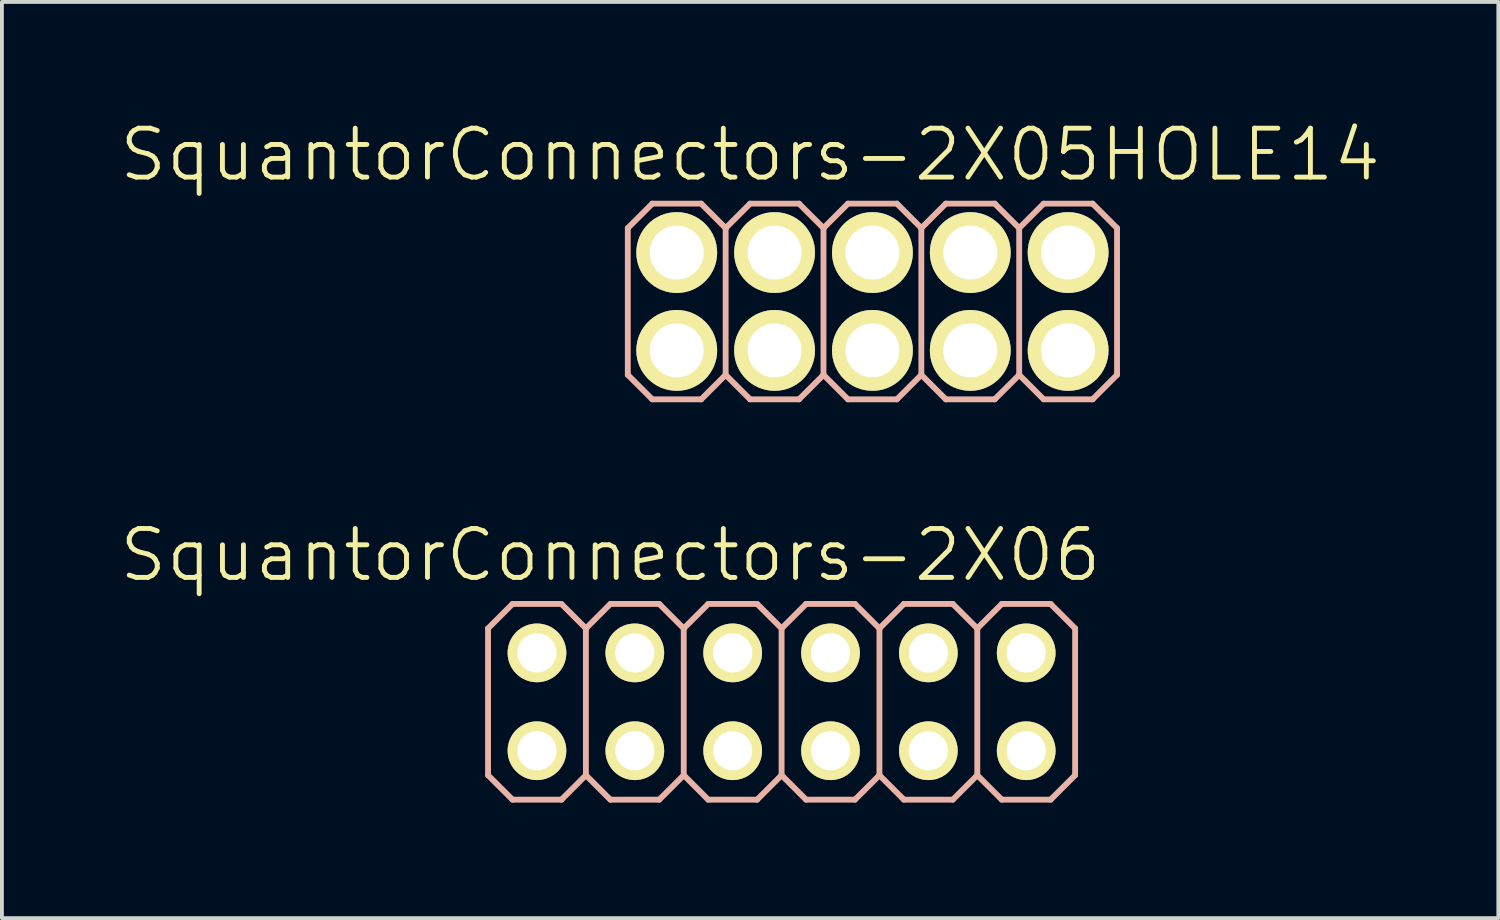
<source format=kicad_pcb>
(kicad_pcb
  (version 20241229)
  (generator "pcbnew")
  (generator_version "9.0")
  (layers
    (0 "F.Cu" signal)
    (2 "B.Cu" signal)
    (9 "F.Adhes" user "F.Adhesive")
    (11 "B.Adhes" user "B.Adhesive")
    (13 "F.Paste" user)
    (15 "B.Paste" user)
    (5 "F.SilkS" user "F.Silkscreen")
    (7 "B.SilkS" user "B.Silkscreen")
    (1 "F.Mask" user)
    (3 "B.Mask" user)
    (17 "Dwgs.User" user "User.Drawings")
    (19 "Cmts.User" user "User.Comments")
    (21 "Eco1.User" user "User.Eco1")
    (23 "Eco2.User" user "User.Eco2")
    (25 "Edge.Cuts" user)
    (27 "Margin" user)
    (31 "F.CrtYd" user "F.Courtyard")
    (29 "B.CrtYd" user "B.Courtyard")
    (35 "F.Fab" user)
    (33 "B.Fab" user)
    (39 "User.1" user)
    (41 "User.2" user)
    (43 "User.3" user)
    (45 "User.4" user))
  (footprint "SquantorConnectors-2X05HOLE14"
    (layer "F.Cu")
    (at 19.597 4.776)
    (property "Reference" "SquantorConnectors-2X05HOLE14" (at -3.175 -3.81 0) (layer "F.SilkS") (effects (font (size 1.27 1.27) (thickness 0.127))))
    (attr exclude_from_pos_files exclude_from_bom)
    (fp_line (start -5.334 -1.524) (end -4.826 -1.524) (stroke (width 0.066) (type solid)) (layer "F.SilkS"))
    (fp_line (start -5.334 -1.016) (end -5.334 -1.524) (stroke (width 0.066) (type solid)) (layer "F.SilkS"))
    (fp_line (start -5.334 -1.016) (end -4.826 -1.016) (stroke (width 0.066) (type solid)) (layer "F.SilkS"))
    (fp_line (start -5.334 1.016) (end -4.826 1.016) (stroke (width 0.066) (type solid)) (layer "F.SilkS"))
    (fp_line (start -5.334 1.524) (end -5.334 1.016) (stroke (width 0.066) (type solid)) (layer "F.SilkS"))
    (fp_line (start -5.334 1.524) (end -4.826 1.524) (stroke (width 0.066) (type solid)) (layer "F.SilkS"))
    (fp_line (start -4.826 -1.016) (end -4.826 -1.524) (stroke (width 0.066) (type solid)) (layer "F.SilkS"))
    (fp_line (start -4.826 1.524) (end -4.826 1.016) (stroke (width 0.066) (type solid)) (layer "F.SilkS"))
    (fp_line (start -2.794 -1.524) (end -2.286 -1.524) (stroke (width 0.066) (type solid)) (layer "F.SilkS"))
    (fp_line (start -2.794 -1.016) (end -2.794 -1.524) (stroke (width 0.066) (type solid)) (layer "F.SilkS"))
    (fp_line (start -2.794 -1.016) (end -2.286 -1.016) (stroke (width 0.066) (type solid)) (layer "F.SilkS"))
    (fp_line (start -2.794 1.016) (end -2.286 1.016) (stroke (width 0.066) (type solid)) (layer "F.SilkS"))
    (fp_line (start -2.794 1.524) (end -2.794 1.016) (stroke (width 0.066) (type solid)) (layer "F.SilkS"))
    (fp_line (start -2.794 1.524) (end -2.286 1.524) (stroke (width 0.066) (type solid)) (layer "F.SilkS"))
    (fp_line (start -2.286 -1.016) (end -2.286 -1.524) (stroke (width 0.066) (type solid)) (layer "F.SilkS"))
    (fp_line (start -2.286 1.524) (end -2.286 1.016) (stroke (width 0.066) (type solid)) (layer "F.SilkS"))
    (fp_line (start -0.254 -1.524) (end 0.254 -1.524) (stroke (width 0.066) (type solid)) (layer "F.SilkS"))
    (fp_line (start -0.254 -1.016) (end -0.254 -1.524) (stroke (width 0.066) (type solid)) (layer "F.SilkS"))
    (fp_line (start -0.254 -1.016) (end 0.254 -1.016) (stroke (width 0.066) (type solid)) (layer "F.SilkS"))
    (fp_line (start -0.254 1.016) (end 0.254 1.016) (stroke (width 0.066) (type solid)) (layer "F.SilkS"))
    (fp_line (start -0.254 1.524) (end -0.254 1.016) (stroke (width 0.066) (type solid)) (layer "F.SilkS"))
    (fp_line (start -0.254 1.524) (end 0.254 1.524) (stroke (width 0.066) (type solid)) (layer "F.SilkS"))
    (fp_line (start 0.254 -1.016) (end 0.254 -1.524) (stroke (width 0.066) (type solid)) (layer "F.SilkS"))
    (fp_line (start 0.254 1.524) (end 0.254 1.016) (stroke (width 0.066) (type solid)) (layer "F.SilkS"))
    (fp_line (start 2.286 -1.524) (end 2.794 -1.524) (stroke (width 0.066) (type solid)) (layer "F.SilkS"))
    (fp_line (start 2.286 -1.016) (end 2.286 -1.524) (stroke (width 0.066) (type solid)) (layer "F.SilkS"))
    (fp_line (start 2.286 -1.016) (end 2.794 -1.016) (stroke (width 0.066) (type solid)) (layer "F.SilkS"))
    (fp_line (start 2.286 1.016) (end 2.794 1.016) (stroke (width 0.066) (type solid)) (layer "F.SilkS"))
    (fp_line (start 2.286 1.524) (end 2.286 1.016) (stroke (width 0.066) (type solid)) (layer "F.SilkS"))
    (fp_line (start 2.286 1.524) (end 2.794 1.524) (stroke (width 0.066) (type solid)) (layer "F.SilkS"))
    (fp_line (start 2.794 -1.016) (end 2.794 -1.524) (stroke (width 0.066) (type solid)) (layer "F.SilkS"))
    (fp_line (start 2.794 1.524) (end 2.794 1.016) (stroke (width 0.066) (type solid)) (layer "F.SilkS"))
    (fp_line (start 4.826 -1.524) (end 5.334 -1.524) (stroke (width 0.066) (type solid)) (layer "F.SilkS"))
    (fp_line (start 4.826 -1.016) (end 4.826 -1.524) (stroke (width 0.066) (type solid)) (layer "F.SilkS"))
    (fp_line (start 4.826 -1.016) (end 5.334 -1.016) (stroke (width 0.066) (type solid)) (layer "F.SilkS"))
    (fp_line (start 4.826 1.016) (end 5.334 1.016) (stroke (width 0.066) (type solid)) (layer "F.SilkS"))
    (fp_line (start 4.826 1.524) (end 4.826 1.016) (stroke (width 0.066) (type solid)) (layer "F.SilkS"))
    (fp_line (start 4.826 1.524) (end 5.334 1.524) (stroke (width 0.066) (type solid)) (layer "F.SilkS"))
    (fp_line (start 5.334 -1.016) (end 5.334 -1.524) (stroke (width 0.066) (type solid)) (layer "F.SilkS"))
    (fp_line (start 5.334 1.524) (end 5.334 1.016) (stroke (width 0.066) (type solid)) (layer "F.SilkS"))
    (fp_line (start -6.35 -1.905) (end -5.715 -2.54) (stroke (width 0.152) (type solid)) (layer "B.SilkS"))
    (fp_line (start -6.35 1.905) (end -6.35 -1.905) (stroke (width 0.152) (type solid)) (layer "B.SilkS"))
    (fp_line (start -6.35 1.905) (end -5.715 2.54) (stroke (width 0.152) (type solid)) (layer "B.SilkS"))
    (fp_line (start -5.715 -2.54) (end -4.445 -2.54) (stroke (width 0.152) (type solid)) (layer "B.SilkS"))
    (fp_line (start -5.715 2.54) (end -4.445 2.54) (stroke (width 0.152) (type solid)) (layer "B.SilkS"))
    (fp_line (start -4.445 -2.54) (end -3.81 -1.905) (stroke (width 0.152) (type solid)) (layer "B.SilkS"))
    (fp_line (start -4.445 2.54) (end -3.81 1.905) (stroke (width 0.152) (type solid)) (layer "B.SilkS"))
    (fp_line (start -3.81 -1.905) (end -3.81 1.905) (stroke (width 0.152) (type solid)) (layer "B.SilkS"))
    (fp_line (start -3.81 -1.905) (end -3.175 -2.54) (stroke (width 0.152) (type solid)) (layer "B.SilkS"))
    (fp_line (start -3.81 1.905) (end -3.175 2.54) (stroke (width 0.152) (type solid)) (layer "B.SilkS"))
    (fp_line (start -3.175 -2.54) (end -1.905 -2.54) (stroke (width 0.152) (type solid)) (layer "B.SilkS"))
    (fp_line (start -3.175 2.54) (end -1.905 2.54) (stroke (width 0.152) (type solid)) (layer "B.SilkS"))
    (fp_line (start -1.905 -2.54) (end -1.27 -1.905) (stroke (width 0.152) (type solid)) (layer "B.SilkS"))
    (fp_line (start -1.905 2.54) (end -1.27 1.905) (stroke (width 0.152) (type solid)) (layer "B.SilkS"))
    (fp_line (start -1.27 -1.905) (end -1.27 1.905) (stroke (width 0.152) (type solid)) (layer "B.SilkS"))
    (fp_line (start -1.27 -1.905) (end -0.635 -2.54) (stroke (width 0.152) (type solid)) (layer "B.SilkS"))
    (fp_line (start -1.27 1.905) (end -0.635 2.54) (stroke (width 0.152) (type solid)) (layer "B.SilkS"))
    (fp_line (start -0.635 -2.54) (end 0.635 -2.54) (stroke (width 0.152) (type solid)) (layer "B.SilkS"))
    (fp_line (start -0.635 2.54) (end 0.635 2.54) (stroke (width 0.152) (type solid)) (layer "B.SilkS"))
    (fp_line (start 0.635 -2.54) (end 1.27 -1.905) (stroke (width 0.152) (type solid)) (layer "B.SilkS"))
    (fp_line (start 0.635 2.54) (end 1.27 1.905) (stroke (width 0.152) (type solid)) (layer "B.SilkS"))
    (fp_line (start 1.27 -1.905) (end 1.27 1.905) (stroke (width 0.152) (type solid)) (layer "B.SilkS"))
    (fp_line (start 1.27 -1.905) (end 1.905 -2.54) (stroke (width 0.152) (type solid)) (layer "B.SilkS"))
    (fp_line (start 1.27 1.905) (end 1.905 2.54) (stroke (width 0.152) (type solid)) (layer "B.SilkS"))
    (fp_line (start 1.905 -2.54) (end 3.175 -2.54) (stroke (width 0.152) (type solid)) (layer "B.SilkS"))
    (fp_line (start 1.905 2.54) (end 3.175 2.54) (stroke (width 0.152) (type solid)) (layer "B.SilkS"))
    (fp_line (start 3.175 -2.54) (end 3.81 -1.905) (stroke (width 0.152) (type solid)) (layer "B.SilkS"))
    (fp_line (start 3.175 2.54) (end 3.81 1.905) (stroke (width 0.152) (type solid)) (layer "B.SilkS"))
    (fp_line (start 3.81 -1.905) (end 3.81 1.905) (stroke (width 0.152) (type solid)) (layer "B.SilkS"))
    (fp_line (start 3.81 -1.905) (end 4.445 -2.54) (stroke (width 0.152) (type solid)) (layer "B.SilkS"))
    (fp_line (start 3.81 1.905) (end 4.445 2.54) (stroke (width 0.152) (type solid)) (layer "B.SilkS"))
    (fp_line (start 4.445 -2.54) (end 5.715 -2.54) (stroke (width 0.152) (type solid)) (layer "B.SilkS"))
    (fp_line (start 4.445 2.54) (end 5.715 2.54) (stroke (width 0.152) (type solid)) (layer "B.SilkS"))
    (fp_line (start 5.715 -2.54) (end 6.35 -1.905) (stroke (width 0.152) (type solid)) (layer "B.SilkS"))
    (fp_line (start 5.715 2.54) (end 6.35 1.905) (stroke (width 0.152) (type solid)) (layer "B.SilkS"))
    (fp_line (start 6.35 -1.905) (end 6.35 1.905) (stroke (width 0.152) (type solid)) (layer "B.SilkS"))
    (pad "1" thru_hole circle (at -5.08 1.27) (size 2.098 2.098) (drill 1.4) (layers "*.Cu" "F.Mask" "F.SilkS" "F.Paste"))
    (pad "2" thru_hole circle (at -5.08 -1.27) (size 2.098 2.098) (drill 1.4) (layers "*.Cu" "F.Mask" "F.SilkS" "F.Paste"))
    (pad "3" thru_hole circle (at -2.54 1.27) (size 2.098 2.098) (drill 1.4) (layers "*.Cu" "F.Mask" "F.SilkS" "F.Paste"))
    (pad "4" thru_hole circle (at -2.54 -1.27) (size 2.098 2.098) (drill 1.4) (layers "*.Cu" "F.Mask" "F.SilkS" "F.Paste"))
    (pad "5" thru_hole circle (at 0 1.27) (size 2.098 2.098) (drill 1.4) (layers "*.Cu" "F.Mask" "F.SilkS" "F.Paste"))
    (pad "6" thru_hole circle (at 0 -1.27) (size 2.098 2.098) (drill 1.4) (layers "*.Cu" "F.Mask" "F.SilkS" "F.Paste"))
    (pad "7" thru_hole circle (at 2.54 1.27) (size 2.098 2.098) (drill 1.4) (layers "*.Cu" "F.Mask" "F.SilkS" "F.Paste"))
    (pad "8" thru_hole circle (at 2.54 -1.27) (size 2.098 2.098) (drill 1.4) (layers "*.Cu" "F.Mask" "F.SilkS" "F.Paste"))
    (pad "9" thru_hole circle (at 5.08 1.27) (size 2.098 2.098) (drill 1.4) (layers "*.Cu" "F.Mask" "F.SilkS" "F.Paste"))
    (pad "10" thru_hole circle (at 5.08 -1.27) (size 2.098 2.098) (drill 1.4) (layers "*.Cu" "F.Mask" "F.SilkS" "F.Paste")))
  (footprint "SquantorConnectors-2X06"
    (layer "F.Cu")
    (at 17.239 15.168)
    (property "Reference" "SquantorConnectors-2X06" (at -4.445 -3.81 0) (layer "F.SilkS") (effects (font (size 1.27 1.27) (thickness 0.127))))
    (attr exclude_from_pos_files exclude_from_bom)
    (fp_line (start -6.604 -1.524) (end -6.096 -1.524) (stroke (width 0.066) (type solid)) (layer "F.SilkS"))
    (fp_line (start -6.604 -1.016) (end -6.604 -1.524) (stroke (width 0.066) (type solid)) (layer "F.SilkS"))
    (fp_line (start -6.604 -1.016) (end -6.096 -1.016) (stroke (width 0.066) (type solid)) (layer "F.SilkS"))
    (fp_line (start -6.604 1.016) (end -6.096 1.016) (stroke (width 0.066) (type solid)) (layer "F.SilkS"))
    (fp_line (start -6.604 1.524) (end -6.604 1.016) (stroke (width 0.066) (type solid)) (layer "F.SilkS"))
    (fp_line (start -6.604 1.524) (end -6.096 1.524) (stroke (width 0.066) (type solid)) (layer "F.SilkS"))
    (fp_line (start -6.096 -1.016) (end -6.096 -1.524) (stroke (width 0.066) (type solid)) (layer "F.SilkS"))
    (fp_line (start -6.096 1.524) (end -6.096 1.016) (stroke (width 0.066) (type solid)) (layer "F.SilkS"))
    (fp_line (start -4.064 -1.524) (end -3.556 -1.524) (stroke (width 0.066) (type solid)) (layer "F.SilkS"))
    (fp_line (start -4.064 -1.016) (end -4.064 -1.524) (stroke (width 0.066) (type solid)) (layer "F.SilkS"))
    (fp_line (start -4.064 -1.016) (end -3.556 -1.016) (stroke (width 0.066) (type solid)) (layer "F.SilkS"))
    (fp_line (start -4.064 1.016) (end -3.556 1.016) (stroke (width 0.066) (type solid)) (layer "F.SilkS"))
    (fp_line (start -4.064 1.524) (end -4.064 1.016) (stroke (width 0.066) (type solid)) (layer "F.SilkS"))
    (fp_line (start -4.064 1.524) (end -3.556 1.524) (stroke (width 0.066) (type solid)) (layer "F.SilkS"))
    (fp_line (start -3.556 -1.016) (end -3.556 -1.524) (stroke (width 0.066) (type solid)) (layer "F.SilkS"))
    (fp_line (start -3.556 1.524) (end -3.556 1.016) (stroke (width 0.066) (type solid)) (layer "F.SilkS"))
    (fp_line (start -1.524 -1.524) (end -1.016 -1.524) (stroke (width 0.066) (type solid)) (layer "F.SilkS"))
    (fp_line (start -1.524 -1.016) (end -1.524 -1.524) (stroke (width 0.066) (type solid)) (layer "F.SilkS"))
    (fp_line (start -1.524 -1.016) (end -1.016 -1.016) (stroke (width 0.066) (type solid)) (layer "F.SilkS"))
    (fp_line (start -1.524 1.016) (end -1.016 1.016) (stroke (width 0.066) (type solid)) (layer "F.SilkS"))
    (fp_line (start -1.524 1.524) (end -1.524 1.016) (stroke (width 0.066) (type solid)) (layer "F.SilkS"))
    (fp_line (start -1.524 1.524) (end -1.016 1.524) (stroke (width 0.066) (type solid)) (layer "F.SilkS"))
    (fp_line (start -1.016 -1.016) (end -1.016 -1.524) (stroke (width 0.066) (type solid)) (layer "F.SilkS"))
    (fp_line (start -1.016 1.524) (end -1.016 1.016) (stroke (width 0.066) (type solid)) (layer "F.SilkS"))
    (fp_line (start 1.016 -1.524) (end 1.524 -1.524) (stroke (width 0.066) (type solid)) (layer "F.SilkS"))
    (fp_line (start 1.016 -1.016) (end 1.016 -1.524) (stroke (width 0.066) (type solid)) (layer "F.SilkS"))
    (fp_line (start 1.016 -1.016) (end 1.524 -1.016) (stroke (width 0.066) (type solid)) (layer "F.SilkS"))
    (fp_line (start 1.016 1.016) (end 1.524 1.016) (stroke (width 0.066) (type solid)) (layer "F.SilkS"))
    (fp_line (start 1.016 1.524) (end 1.016 1.016) (stroke (width 0.066) (type solid)) (layer "F.SilkS"))
    (fp_line (start 1.016 1.524) (end 1.524 1.524) (stroke (width 0.066) (type solid)) (layer "F.SilkS"))
    (fp_line (start 1.524 -1.016) (end 1.524 -1.524) (stroke (width 0.066) (type solid)) (layer "F.SilkS"))
    (fp_line (start 1.524 1.524) (end 1.524 1.016) (stroke (width 0.066) (type solid)) (layer "F.SilkS"))
    (fp_line (start 3.556 -1.524) (end 4.064 -1.524) (stroke (width 0.066) (type solid)) (layer "F.SilkS"))
    (fp_line (start 3.556 -1.016) (end 3.556 -1.524) (stroke (width 0.066) (type solid)) (layer "F.SilkS"))
    (fp_line (start 3.556 -1.016) (end 4.064 -1.016) (stroke (width 0.066) (type solid)) (layer "F.SilkS"))
    (fp_line (start 3.556 1.016) (end 4.064 1.016) (stroke (width 0.066) (type solid)) (layer "F.SilkS"))
    (fp_line (start 3.556 1.524) (end 3.556 1.016) (stroke (width 0.066) (type solid)) (layer "F.SilkS"))
    (fp_line (start 3.556 1.524) (end 4.064 1.524) (stroke (width 0.066) (type solid)) (layer "F.SilkS"))
    (fp_line (start 4.064 -1.016) (end 4.064 -1.524) (stroke (width 0.066) (type solid)) (layer "F.SilkS"))
    (fp_line (start 4.064 1.524) (end 4.064 1.016) (stroke (width 0.066) (type solid)) (layer "F.SilkS"))
    (fp_line (start 6.096 -1.524) (end 6.604 -1.524) (stroke (width 0.066) (type solid)) (layer "F.SilkS"))
    (fp_line (start 6.096 -1.016) (end 6.096 -1.524) (stroke (width 0.066) (type solid)) (layer "F.SilkS"))
    (fp_line (start 6.096 -1.016) (end 6.604 -1.016) (stroke (width 0.066) (type solid)) (layer "F.SilkS"))
    (fp_line (start 6.096 1.016) (end 6.604 1.016) (stroke (width 0.066) (type solid)) (layer "F.SilkS"))
    (fp_line (start 6.096 1.524) (end 6.096 1.016) (stroke (width 0.066) (type solid)) (layer "F.SilkS"))
    (fp_line (start 6.096 1.524) (end 6.604 1.524) (stroke (width 0.066) (type solid)) (layer "F.SilkS"))
    (fp_line (start 6.604 -1.016) (end 6.604 -1.524) (stroke (width 0.066) (type solid)) (layer "F.SilkS"))
    (fp_line (start 6.604 1.524) (end 6.604 1.016) (stroke (width 0.066) (type solid)) (layer "F.SilkS"))
    (fp_line (start -7.62 -1.905) (end -6.985 -2.54) (stroke (width 0.152) (type solid)) (layer "B.SilkS"))
    (fp_line (start -7.62 1.905) (end -7.62 -1.905) (stroke (width 0.152) (type solid)) (layer "B.SilkS"))
    (fp_line (start -7.62 1.905) (end -6.985 2.54) (stroke (width 0.152) (type solid)) (layer "B.SilkS"))
    (fp_line (start -6.985 -2.54) (end -5.715 -2.54) (stroke (width 0.152) (type solid)) (layer "B.SilkS"))
    (fp_line (start -6.985 2.54) (end -5.715 2.54) (stroke (width 0.152) (type solid)) (layer "B.SilkS"))
    (fp_line (start -5.715 -2.54) (end -5.08 -1.905) (stroke (width 0.152) (type solid)) (layer "B.SilkS"))
    (fp_line (start -5.715 2.54) (end -5.08 1.905) (stroke (width 0.152) (type solid)) (layer "B.SilkS"))
    (fp_line (start -5.08 -1.905) (end -5.08 1.905) (stroke (width 0.152) (type solid)) (layer "B.SilkS"))
    (fp_line (start -5.08 -1.905) (end -4.445 -2.54) (stroke (width 0.152) (type solid)) (layer "B.SilkS"))
    (fp_line (start -5.08 1.905) (end -4.445 2.54) (stroke (width 0.152) (type solid)) (layer "B.SilkS"))
    (fp_line (start -4.445 -2.54) (end -3.175 -2.54) (stroke (width 0.152) (type solid)) (layer "B.SilkS"))
    (fp_line (start -4.445 2.54) (end -3.175 2.54) (stroke (width 0.152) (type solid)) (layer "B.SilkS"))
    (fp_line (start -3.175 -2.54) (end -2.54 -1.905) (stroke (width 0.152) (type solid)) (layer "B.SilkS"))
    (fp_line (start -3.175 2.54) (end -2.54 1.905) (stroke (width 0.152) (type solid)) (layer "B.SilkS"))
    (fp_line (start -2.54 -1.905) (end -2.54 1.905) (stroke (width 0.152) (type solid)) (layer "B.SilkS"))
    (fp_line (start -2.54 -1.905) (end -1.905 -2.54) (stroke (width 0.152) (type solid)) (layer "B.SilkS"))
    (fp_line (start -2.54 1.905) (end -1.905 2.54) (stroke (width 0.152) (type solid)) (layer "B.SilkS"))
    (fp_line (start -1.905 -2.54) (end -0.635 -2.54) (stroke (width 0.152) (type solid)) (layer "B.SilkS"))
    (fp_line (start -1.905 2.54) (end -0.635 2.54) (stroke (width 0.152) (type solid)) (layer "B.SilkS"))
    (fp_line (start -0.635 -2.54) (end 0 -1.905) (stroke (width 0.152) (type solid)) (layer "B.SilkS"))
    (fp_line (start -0.635 2.54) (end 0 1.905) (stroke (width 0.152) (type solid)) (layer "B.SilkS"))
    (fp_line (start 0 -1.905) (end 0 1.905) (stroke (width 0.152) (type solid)) (layer "B.SilkS"))
    (fp_line (start 0 -1.905) (end 0.635 -2.54) (stroke (width 0.152) (type solid)) (layer "B.SilkS"))
    (fp_line (start 0 1.905) (end 0.635 2.54) (stroke (width 0.152) (type solid)) (layer "B.SilkS"))
    (fp_line (start 0.635 -2.54) (end 1.905 -2.54) (stroke (width 0.152) (type solid)) (layer "B.SilkS"))
    (fp_line (start 0.635 2.54) (end 1.905 2.54) (stroke (width 0.152) (type solid)) (layer "B.SilkS"))
    (fp_line (start 1.905 -2.54) (end 2.54 -1.905) (stroke (width 0.152) (type solid)) (layer "B.SilkS"))
    (fp_line (start 1.905 2.54) (end 2.54 1.905) (stroke (width 0.152) (type solid)) (layer "B.SilkS"))
    (fp_line (start 2.54 -1.905) (end 2.54 1.905) (stroke (width 0.152) (type solid)) (layer "B.SilkS"))
    (fp_line (start 2.54 -1.905) (end 3.175 -2.54) (stroke (width 0.152) (type solid)) (layer "B.SilkS"))
    (fp_line (start 2.54 1.905) (end 3.175 2.54) (stroke (width 0.152) (type solid)) (layer "B.SilkS"))
    (fp_line (start 3.175 -2.54) (end 4.445 -2.54) (stroke (width 0.152) (type solid)) (layer "B.SilkS"))
    (fp_line (start 3.175 2.54) (end 4.445 2.54) (stroke (width 0.152) (type solid)) (layer "B.SilkS"))
    (fp_line (start 4.445 -2.54) (end 5.08 -1.905) (stroke (width 0.152) (type solid)) (layer "B.SilkS"))
    (fp_line (start 4.445 2.54) (end 5.08 1.905) (stroke (width 0.152) (type solid)) (layer "B.SilkS"))
    (fp_line (start 5.08 -1.905) (end 5.08 1.905) (stroke (width 0.152) (type solid)) (layer "B.SilkS"))
    (fp_line (start 5.08 -1.905) (end 5.715 -2.54) (stroke (width 0.152) (type solid)) (layer "B.SilkS"))
    (fp_line (start 5.08 1.905) (end 5.715 2.54) (stroke (width 0.152) (type solid)) (layer "B.SilkS"))
    (fp_line (start 5.715 -2.54) (end 6.985 -2.54) (stroke (width 0.152) (type solid)) (layer "B.SilkS"))
    (fp_line (start 5.715 2.54) (end 6.985 2.54) (stroke (width 0.152) (type solid)) (layer "B.SilkS"))
    (fp_line (start 6.985 -2.54) (end 7.62 -1.905) (stroke (width 0.152) (type solid)) (layer "B.SilkS"))
    (fp_line (start 6.985 2.54) (end 7.62 1.905) (stroke (width 0.152) (type solid)) (layer "B.SilkS"))
    (fp_line (start 7.62 -1.905) (end 7.62 1.905) (stroke (width 0.152) (type solid)) (layer "B.SilkS"))
    (pad "1" thru_hole circle (at -6.35 1.27) (size 1.524 1.524) (drill 1.016) (layers "*.Cu" "F.Mask" "F.SilkS" "F.Paste"))
    (pad "2" thru_hole circle (at -6.35 -1.27) (size 1.524 1.524) (drill 1.016) (layers "*.Cu" "F.Mask" "F.SilkS" "F.Paste"))
    (pad "3" thru_hole circle (at -3.81 1.27) (size 1.524 1.524) (drill 1.016) (layers "*.Cu" "F.Mask" "F.SilkS" "F.Paste"))
    (pad "4" thru_hole circle (at -3.81 -1.27) (size 1.524 1.524) (drill 1.016) (layers "*.Cu" "F.Mask" "F.SilkS" "F.Paste"))
    (pad "5" thru_hole circle (at -1.27 1.27) (size 1.524 1.524) (drill 1.016) (layers "*.Cu" "F.Mask" "F.SilkS" "F.Paste"))
    (pad "6" thru_hole circle (at -1.27 -1.27) (size 1.524 1.524) (drill 1.016) (layers "*.Cu" "F.Mask" "F.SilkS" "F.Paste"))
    (pad "7" thru_hole circle (at 1.27 1.27) (size 1.524 1.524) (drill 1.016) (layers "*.Cu" "F.Mask" "F.SilkS" "F.Paste"))
    (pad "8" thru_hole circle (at 1.27 -1.27) (size 1.524 1.524) (drill 1.016) (layers "*.Cu" "F.Mask" "F.SilkS" "F.Paste"))
    (pad "9" thru_hole circle (at 3.81 1.27) (size 1.524 1.524) (drill 1.016) (layers "*.Cu" "F.Mask" "F.SilkS" "F.Paste"))
    (pad "10" thru_hole circle (at 3.81 -1.27) (size 1.524 1.524) (drill 1.016) (layers "*.Cu" "F.Mask" "F.SilkS" "F.Paste"))
    (pad "11" thru_hole circle (at 6.35 1.27) (size 1.524 1.524) (drill 1.016) (layers "*.Cu" "F.Mask" "F.SilkS" "F.Paste"))
    (pad "12" thru_hole circle (at 6.35 -1.27) (size 1.524 1.524) (drill 1.016) (layers "*.Cu" "F.Mask" "F.SilkS" "F.Paste")))
  (gr_rect
    (start -3 -3)
    (end 35.845 20.784)
    (stroke (width 0.1) (type default))
    (fill no)
    (layer "Edge.Cuts")))
</source>
